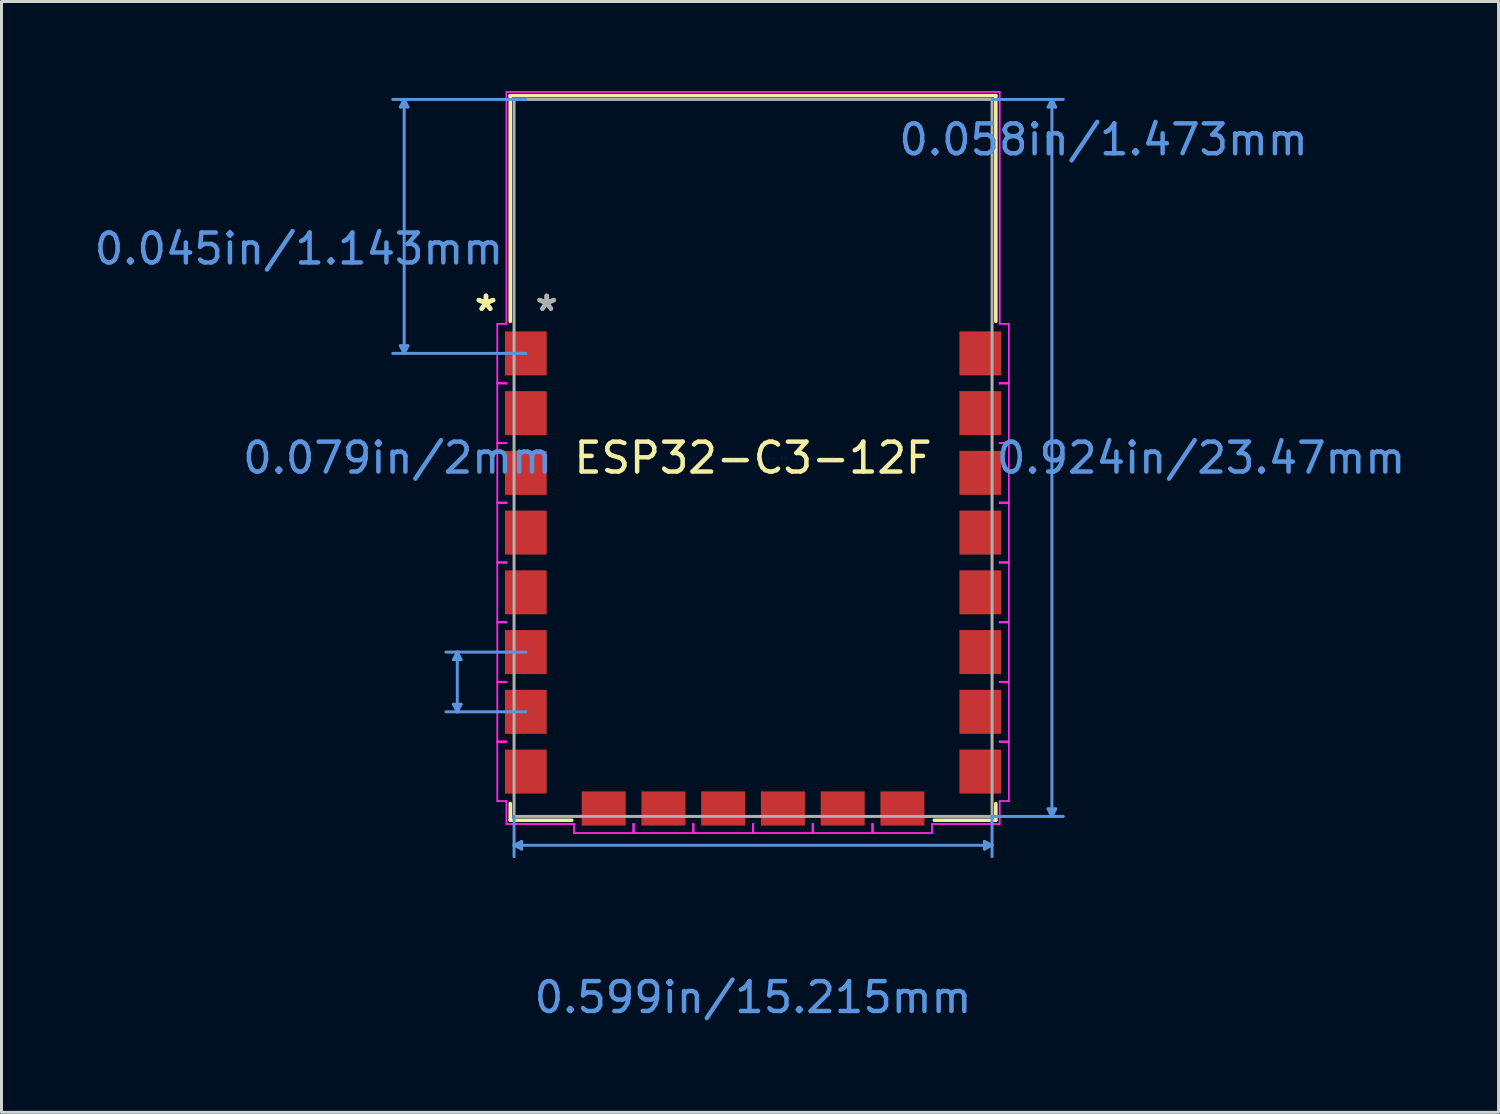
<source format=kicad_pcb>
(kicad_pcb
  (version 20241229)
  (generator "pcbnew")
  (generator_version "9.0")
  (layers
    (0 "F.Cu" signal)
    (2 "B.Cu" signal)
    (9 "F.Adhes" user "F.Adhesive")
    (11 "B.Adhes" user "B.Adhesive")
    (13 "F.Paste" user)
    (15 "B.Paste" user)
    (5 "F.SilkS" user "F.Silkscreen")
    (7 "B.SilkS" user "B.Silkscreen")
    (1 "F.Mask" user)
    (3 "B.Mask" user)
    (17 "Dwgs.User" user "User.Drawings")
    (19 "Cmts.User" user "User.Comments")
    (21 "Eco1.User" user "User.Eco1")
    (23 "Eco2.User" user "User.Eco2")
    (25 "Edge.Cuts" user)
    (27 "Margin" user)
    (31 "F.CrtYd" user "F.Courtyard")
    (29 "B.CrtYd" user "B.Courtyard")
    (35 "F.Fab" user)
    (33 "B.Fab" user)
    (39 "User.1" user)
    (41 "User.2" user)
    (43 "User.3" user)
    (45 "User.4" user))
  (footprint "ESP32-C3-12F"
    (layer "F.Cu")
    (at 22.16 12.28)
    (property "Reference" "ESP32-C3-12F" (at 0 0 0) (layer "F.SilkS") (effects (font (size 1 1) (thickness 0.15))))
    (attr through_hole)
    (fp_line (start -8.128 -12.129) (end -8.128 -4.569) (stroke (width 0.12) (type solid)) (layer "F.SilkS"))
    (fp_line (start -8.128 11.569) (end -8.128 12.129) (stroke (width 0.12) (type solid)) (layer "F.SilkS"))
    (fp_line (start -8.128 12.129) (end -6.069 12.129) (stroke (width 0.12) (type solid)) (layer "F.SilkS"))
    (fp_line (start 6.069 12.129) (end 8.128 12.129) (stroke (width 0.12) (type solid)) (layer "F.SilkS"))
    (fp_line (start 8.128 -12.129) (end -8.128 -12.129) (stroke (width 0.12) (type solid)) (layer "F.SilkS"))
    (fp_line (start 8.128 -4.569) (end 8.128 -12.129) (stroke (width 0.12) (type solid)) (layer "F.SilkS"))
    (fp_line (start 8.128 12.129) (end 8.128 11.569) (stroke (width 0.12) (type solid)) (layer "F.SilkS"))
    (fp_line (start -11.807 -3.754) (end -11.68 -3.5) (stroke (width 0.1) (type solid)) (layer "Cmts.User"))
    (fp_line (start -11.807 -11.748) (end -11.68 -12.002) (stroke (width 0.1) (type solid)) (layer "Cmts.User"))
    (fp_line (start -11.807 -11.748) (end -11.553 -11.748) (stroke (width 0.1) (type solid)) (layer "Cmts.User"))
    (fp_line (start -11.68 -3.5) (end -11.68 -12.002) (stroke (width 0.1) (type solid)) (layer "Cmts.User"))
    (fp_line (start -11.553 -3.754) (end -11.807 -3.754) (stroke (width 0.1) (type solid)) (layer "Cmts.User"))
    (fp_line (start -11.553 -3.754) (end -11.68 -3.5) (stroke (width 0.1) (type solid)) (layer "Cmts.User"))
    (fp_line (start -11.553 -11.748) (end -11.68 -12.002) (stroke (width 0.1) (type solid)) (layer "Cmts.User"))
    (fp_line (start -10.028 8.246) (end -9.901 8.5) (stroke (width 0.1) (type solid)) (layer "Cmts.User"))
    (fp_line (start -10.028 6.754) (end -9.901 6.5) (stroke (width 0.1) (type solid)) (layer "Cmts.User"))
    (fp_line (start -10.028 6.754) (end -9.774 6.754) (stroke (width 0.1) (type solid)) (layer "Cmts.User"))
    (fp_line (start -9.901 6.5) (end -9.901 8.5) (stroke (width 0.1) (type solid)) (layer "Cmts.User"))
    (fp_line (start -9.774 8.246) (end -10.028 8.246) (stroke (width 0.1) (type solid)) (layer "Cmts.User"))
    (fp_line (start -9.774 8.246) (end -9.901 8.5) (stroke (width 0.1) (type solid)) (layer "Cmts.User"))
    (fp_line (start -9.774 6.754) (end -9.901 6.5) (stroke (width 0.1) (type solid)) (layer "Cmts.User"))
    (fp_line (start -8.001 12.967) (end 8.001 12.967) (stroke (width 0.1) (type solid)) (layer "Cmts.User"))
    (fp_line (start -8.001 12.002) (end -8.001 13.348) (stroke (width 0.1) (type solid)) (layer "Cmts.User"))
    (fp_line (start -7.747 12.84) (end -8.001 12.967) (stroke (width 0.1) (type solid)) (layer "Cmts.User"))
    (fp_line (start -7.747 13.094) (end -8.001 12.967) (stroke (width 0.1) (type solid)) (layer "Cmts.User"))
    (fp_line (start -7.747 13.094) (end -7.747 12.84) (stroke (width 0.1) (type solid)) (layer "Cmts.User"))
    (fp_line (start -7.607 -12.002) (end -12.061 -12.002) (stroke (width 0.1) (type solid)) (layer "Cmts.User"))
    (fp_line (start -7.607 -3.5) (end -12.061 -3.5) (stroke (width 0.1) (type solid)) (layer "Cmts.User"))
    (fp_line (start -7.607 6.5) (end -10.282 6.5) (stroke (width 0.1) (type solid)) (layer "Cmts.User"))
    (fp_line (start -7.607 8.5) (end -10.282 8.5) (stroke (width 0.1) (type solid)) (layer "Cmts.User"))
    (fp_line (start 7.747 12.84) (end 7.747 13.094) (stroke (width 0.1) (type solid)) (layer "Cmts.User"))
    (fp_line (start 7.747 12.84) (end 8.001 12.967) (stroke (width 0.1) (type solid)) (layer "Cmts.User"))
    (fp_line (start 7.747 13.094) (end 8.001 12.967) (stroke (width 0.1) (type solid)) (layer "Cmts.User"))
    (fp_line (start 8.001 -12.002) (end 10.386 -12.002) (stroke (width 0.1) (type solid)) (layer "Cmts.User"))
    (fp_line (start 8.001 12.002) (end 8.001 13.348) (stroke (width 0.1) (type solid)) (layer "Cmts.User"))
    (fp_line (start 8.001 12.002) (end 10.386 12.002) (stroke (width 0.1) (type solid)) (layer "Cmts.User"))
    (fp_line (start 9.878 11.748) (end 10.005 12.002) (stroke (width 0.1) (type solid)) (layer "Cmts.User"))
    (fp_line (start 9.878 -11.748) (end 10.005 -12.002) (stroke (width 0.1) (type solid)) (layer "Cmts.User"))
    (fp_line (start 9.878 -11.748) (end 10.132 -11.748) (stroke (width 0.1) (type solid)) (layer "Cmts.User"))
    (fp_line (start 10.005 12.002) (end 10.005 -12.002) (stroke (width 0.1) (type solid)) (layer "Cmts.User"))
    (fp_line (start 10.132 11.748) (end 9.878 11.748) (stroke (width 0.1) (type solid)) (layer "Cmts.User"))
    (fp_line (start 10.132 11.748) (end 10.005 12.002) (stroke (width 0.1) (type solid)) (layer "Cmts.User"))
    (fp_line (start 10.132 -11.748) (end 10.005 -12.002) (stroke (width 0.1) (type solid)) (layer "Cmts.User"))
    (fp_line (start -8.56 -4.491) (end -8.56 -2.509) (stroke (width 0.05) (type solid)) (layer "F.CrtYd"))
    (fp_line (start -8.56 -4.491) (end -8.56 -2.509) (stroke (width 0.05) (type solid)) (layer "F.CrtYd"))
    (fp_line (start -8.56 -2.509) (end -8.255 -2.509) (stroke (width 0.05) (type solid)) (layer "F.CrtYd"))
    (fp_line (start -8.56 -2.509) (end -8.255 -2.509) (stroke (width 0.05) (type solid)) (layer "F.CrtYd"))
    (fp_line (start -8.56 -2.491) (end -8.56 -0.509) (stroke (width 0.05) (type solid)) (layer "F.CrtYd"))
    (fp_line (start -8.56 -2.491) (end -8.56 -0.509) (stroke (width 0.05) (type solid)) (layer "F.CrtYd"))
    (fp_line (start -8.56 -0.509) (end -8.255 -0.509) (stroke (width 0.05) (type solid)) (layer "F.CrtYd"))
    (fp_line (start -8.56 -0.509) (end -8.255 -0.509) (stroke (width 0.05) (type solid)) (layer "F.CrtYd"))
    (fp_line (start -8.56 -0.491) (end -8.56 1.491) (stroke (width 0.05) (type solid)) (layer "F.CrtYd"))
    (fp_line (start -8.56 -0.491) (end -8.56 1.491) (stroke (width 0.05) (type solid)) (layer "F.CrtYd"))
    (fp_line (start -8.56 1.491) (end -8.255 1.491) (stroke (width 0.05) (type solid)) (layer "F.CrtYd"))
    (fp_line (start -8.56 1.491) (end -8.255 1.491) (stroke (width 0.05) (type solid)) (layer "F.CrtYd"))
    (fp_line (start -8.56 1.509) (end -8.56 3.491) (stroke (width 0.05) (type solid)) (layer "F.CrtYd"))
    (fp_line (start -8.56 1.509) (end -8.56 3.491) (stroke (width 0.05) (type solid)) (layer "F.CrtYd"))
    (fp_line (start -8.56 3.491) (end -8.255 3.491) (stroke (width 0.05) (type solid)) (layer "F.CrtYd"))
    (fp_line (start -8.56 3.491) (end -8.255 3.491) (stroke (width 0.05) (type solid)) (layer "F.CrtYd"))
    (fp_line (start -8.56 3.509) (end -8.56 5.491) (stroke (width 0.05) (type solid)) (layer "F.CrtYd"))
    (fp_line (start -8.56 3.509) (end -8.56 5.491) (stroke (width 0.05) (type solid)) (layer "F.CrtYd"))
    (fp_line (start -8.56 5.491) (end -8.255 5.491) (stroke (width 0.05) (type solid)) (layer "F.CrtYd"))
    (fp_line (start -8.56 5.491) (end -8.255 5.491) (stroke (width 0.05) (type solid)) (layer "F.CrtYd"))
    (fp_line (start -8.56 5.509) (end -8.56 7.491) (stroke (width 0.05) (type solid)) (layer "F.CrtYd"))
    (fp_line (start -8.56 5.509) (end -8.56 7.491) (stroke (width 0.05) (type solid)) (layer "F.CrtYd"))
    (fp_line (start -8.56 7.491) (end -8.255 7.491) (stroke (width 0.05) (type solid)) (layer "F.CrtYd"))
    (fp_line (start -8.56 7.491) (end -8.255 7.491) (stroke (width 0.05) (type solid)) (layer "F.CrtYd"))
    (fp_line (start -8.56 7.509) (end -8.56 9.491) (stroke (width 0.05) (type solid)) (layer "F.CrtYd"))
    (fp_line (start -8.56 7.509) (end -8.56 9.491) (stroke (width 0.05) (type solid)) (layer "F.CrtYd"))
    (fp_line (start -8.56 9.491) (end -8.255 9.491) (stroke (width 0.05) (type solid)) (layer "F.CrtYd"))
    (fp_line (start -8.56 9.491) (end -8.255 9.491) (stroke (width 0.05) (type solid)) (layer "F.CrtYd"))
    (fp_line (start -8.56 9.509) (end -8.56 11.491) (stroke (width 0.05) (type solid)) (layer "F.CrtYd"))
    (fp_line (start -8.56 9.509) (end -8.56 11.491) (stroke (width 0.05) (type solid)) (layer "F.CrtYd"))
    (fp_line (start -8.56 11.491) (end -8.255 11.491) (stroke (width 0.05) (type solid)) (layer "F.CrtYd"))
    (fp_line (start -8.56 11.491) (end -8.255 11.491) (stroke (width 0.05) (type solid)) (layer "F.CrtYd"))
    (fp_line (start -8.255 -12.255) (end -8.255 -4.491) (stroke (width 0.05) (type solid)) (layer "F.CrtYd"))
    (fp_line (start -8.255 -12.255) (end -8.255 -4.491) (stroke (width 0.05) (type solid)) (layer "F.CrtYd"))
    (fp_line (start -8.255 -4.491) (end -8.56 -4.491) (stroke (width 0.05) (type solid)) (layer "F.CrtYd"))
    (fp_line (start -8.255 -4.491) (end -8.56 -4.491) (stroke (width 0.05) (type solid)) (layer "F.CrtYd"))
    (fp_line (start -8.255 -2.509) (end -8.255 -2.491) (stroke (width 0.05) (type solid)) (layer "F.CrtYd"))
    (fp_line (start -8.255 -2.509) (end -8.255 -2.491) (stroke (width 0.05) (type solid)) (layer "F.CrtYd"))
    (fp_line (start -8.255 -2.491) (end -8.56 -2.491) (stroke (width 0.05) (type solid)) (layer "F.CrtYd"))
    (fp_line (start -8.255 -2.491) (end -8.56 -2.491) (stroke (width 0.05) (type solid)) (layer "F.CrtYd"))
    (fp_line (start -8.255 -0.509) (end -8.255 -0.491) (stroke (width 0.05) (type solid)) (layer "F.CrtYd"))
    (fp_line (start -8.255 -0.509) (end -8.255 -0.491) (stroke (width 0.05) (type solid)) (layer "F.CrtYd"))
    (fp_line (start -8.255 -0.491) (end -8.56 -0.491) (stroke (width 0.05) (type solid)) (layer "F.CrtYd"))
    (fp_line (start -8.255 -0.491) (end -8.56 -0.491) (stroke (width 0.05) (type solid)) (layer "F.CrtYd"))
    (fp_line (start -8.255 1.491) (end -8.255 1.509) (stroke (width 0.05) (type solid)) (layer "F.CrtYd"))
    (fp_line (start -8.255 1.491) (end -8.255 1.509) (stroke (width 0.05) (type solid)) (layer "F.CrtYd"))
    (fp_line (start -8.255 1.509) (end -8.56 1.509) (stroke (width 0.05) (type solid)) (layer "F.CrtYd"))
    (fp_line (start -8.255 1.509) (end -8.56 1.509) (stroke (width 0.05) (type solid)) (layer "F.CrtYd"))
    (fp_line (start -8.255 3.491) (end -8.255 3.509) (stroke (width 0.05) (type solid)) (layer "F.CrtYd"))
    (fp_line (start -8.255 3.491) (end -8.255 3.509) (stroke (width 0.05) (type solid)) (layer "F.CrtYd"))
    (fp_line (start -8.255 3.509) (end -8.56 3.509) (stroke (width 0.05) (type solid)) (layer "F.CrtYd"))
    (fp_line (start -8.255 3.509) (end -8.56 3.509) (stroke (width 0.05) (type solid)) (layer "F.CrtYd"))
    (fp_line (start -8.255 5.491) (end -8.255 5.509) (stroke (width 0.05) (type solid)) (layer "F.CrtYd"))
    (fp_line (start -8.255 5.491) (end -8.255 5.509) (stroke (width 0.05) (type solid)) (layer "F.CrtYd"))
    (fp_line (start -8.255 5.509) (end -8.56 5.509) (stroke (width 0.05) (type solid)) (layer "F.CrtYd"))
    (fp_line (start -8.255 5.509) (end -8.56 5.509) (stroke (width 0.05) (type solid)) (layer "F.CrtYd"))
    (fp_line (start -8.255 7.491) (end -8.255 7.509) (stroke (width 0.05) (type solid)) (layer "F.CrtYd"))
    (fp_line (start -8.255 7.491) (end -8.255 7.509) (stroke (width 0.05) (type solid)) (layer "F.CrtYd"))
    (fp_line (start -8.255 7.509) (end -8.56 7.509) (stroke (width 0.05) (type solid)) (layer "F.CrtYd"))
    (fp_line (start -8.255 7.509) (end -8.56 7.509) (stroke (width 0.05) (type solid)) (layer "F.CrtYd"))
    (fp_line (start -8.255 9.491) (end -8.255 9.509) (stroke (width 0.05) (type solid)) (layer "F.CrtYd"))
    (fp_line (start -8.255 9.491) (end -8.255 9.509) (stroke (width 0.05) (type solid)) (layer "F.CrtYd"))
    (fp_line (start -8.255 9.509) (end -8.56 9.509) (stroke (width 0.05) (type solid)) (layer "F.CrtYd"))
    (fp_line (start -8.255 9.509) (end -8.56 9.509) (stroke (width 0.05) (type solid)) (layer "F.CrtYd"))
    (fp_line (start -8.255 11.491) (end -8.255 12.255) (stroke (width 0.05) (type solid)) (layer "F.CrtYd"))
    (fp_line (start -8.255 11.491) (end -8.255 12.255) (stroke (width 0.05) (type solid)) (layer "F.CrtYd"))
    (fp_line (start -8.255 12.255) (end -5.991 12.255) (stroke (width 0.05) (type solid)) (layer "F.CrtYd"))
    (fp_line (start -8.255 12.255) (end -5.991 12.255) (stroke (width 0.05) (type solid)) (layer "F.CrtYd"))
    (fp_line (start -5.991 12.255) (end -5.991 12.56) (stroke (width 0.05) (type solid)) (layer "F.CrtYd"))
    (fp_line (start -5.991 12.255) (end -5.991 12.56) (stroke (width 0.05) (type solid)) (layer "F.CrtYd"))
    (fp_line (start -5.991 12.56) (end -4.009 12.56) (stroke (width 0.05) (type solid)) (layer "F.CrtYd"))
    (fp_line (start -5.991 12.56) (end -4.009 12.56) (stroke (width 0.05) (type solid)) (layer "F.CrtYd"))
    (fp_line (start -4.009 12.255) (end -3.991 12.255) (stroke (width 0.05) (type solid)) (layer "F.CrtYd"))
    (fp_line (start -4.009 12.255) (end -3.991 12.255) (stroke (width 0.05) (type solid)) (layer "F.CrtYd"))
    (fp_line (start -4.009 12.56) (end -4.009 12.255) (stroke (width 0.05) (type solid)) (layer "F.CrtYd"))
    (fp_line (start -4.009 12.56) (end -4.009 12.255) (stroke (width 0.05) (type solid)) (layer "F.CrtYd"))
    (fp_line (start -3.991 12.255) (end -3.991 12.56) (stroke (width 0.05) (type solid)) (layer "F.CrtYd"))
    (fp_line (start -3.991 12.255) (end -3.991 12.56) (stroke (width 0.05) (type solid)) (layer "F.CrtYd"))
    (fp_line (start -3.991 12.56) (end -2.009 12.56) (stroke (width 0.05) (type solid)) (layer "F.CrtYd"))
    (fp_line (start -3.991 12.56) (end -2.009 12.56) (stroke (width 0.05) (type solid)) (layer "F.CrtYd"))
    (fp_line (start -2.009 12.255) (end -1.991 12.255) (stroke (width 0.05) (type solid)) (layer "F.CrtYd"))
    (fp_line (start -2.009 12.255) (end -1.991 12.255) (stroke (width 0.05) (type solid)) (layer "F.CrtYd"))
    (fp_line (start -2.009 12.56) (end -2.009 12.255) (stroke (width 0.05) (type solid)) (layer "F.CrtYd"))
    (fp_line (start -2.009 12.56) (end -2.009 12.255) (stroke (width 0.05) (type solid)) (layer "F.CrtYd"))
    (fp_line (start -1.991 12.255) (end -1.991 12.56) (stroke (width 0.05) (type solid)) (layer "F.CrtYd"))
    (fp_line (start -1.991 12.255) (end -1.991 12.56) (stroke (width 0.05) (type solid)) (layer "F.CrtYd"))
    (fp_line (start -1.991 12.56) (end -0.009 12.56) (stroke (width 0.05) (type solid)) (layer "F.CrtYd"))
    (fp_line (start -1.991 12.56) (end -0.009 12.56) (stroke (width 0.05) (type solid)) (layer "F.CrtYd"))
    (fp_line (start -0.009 12.255) (end 0.009 12.255) (stroke (width 0.05) (type solid)) (layer "F.CrtYd"))
    (fp_line (start -0.009 12.255) (end 0.009 12.255) (stroke (width 0.05) (type solid)) (layer "F.CrtYd"))
    (fp_line (start -0.009 12.56) (end -0.009 12.255) (stroke (width 0.05) (type solid)) (layer "F.CrtYd"))
    (fp_line (start -0.009 12.56) (end -0.009 12.255) (stroke (width 0.05) (type solid)) (layer "F.CrtYd"))
    (fp_line (start 0.009 12.255) (end 0.009 12.56) (stroke (width 0.05) (type solid)) (layer "F.CrtYd"))
    (fp_line (start 0.009 12.255) (end 0.009 12.56) (stroke (width 0.05) (type solid)) (layer "F.CrtYd"))
    (fp_line (start 0.009 12.56) (end 1.991 12.56) (stroke (width 0.05) (type solid)) (layer "F.CrtYd"))
    (fp_line (start 0.009 12.56) (end 1.991 12.56) (stroke (width 0.05) (type solid)) (layer "F.CrtYd"))
    (fp_line (start 1.991 12.255) (end 2.009 12.255) (stroke (width 0.05) (type solid)) (layer "F.CrtYd"))
    (fp_line (start 1.991 12.255) (end 2.009 12.255) (stroke (width 0.05) (type solid)) (layer "F.CrtYd"))
    (fp_line (start 1.991 12.56) (end 1.991 12.255) (stroke (width 0.05) (type solid)) (layer "F.CrtYd"))
    (fp_line (start 1.991 12.56) (end 1.991 12.255) (stroke (width 0.05) (type solid)) (layer "F.CrtYd"))
    (fp_line (start 2.009 12.255) (end 2.009 12.56) (stroke (width 0.05) (type solid)) (layer "F.CrtYd"))
    (fp_line (start 2.009 12.255) (end 2.009 12.56) (stroke (width 0.05) (type solid)) (layer "F.CrtYd"))
    (fp_line (start 2.009 12.56) (end 3.991 12.56) (stroke (width 0.05) (type solid)) (layer "F.CrtYd"))
    (fp_line (start 2.009 12.56) (end 3.991 12.56) (stroke (width 0.05) (type solid)) (layer "F.CrtYd"))
    (fp_line (start 3.991 12.255) (end 4.009 12.255) (stroke (width 0.05) (type solid)) (layer "F.CrtYd"))
    (fp_line (start 3.991 12.255) (end 4.009 12.255) (stroke (width 0.05) (type solid)) (layer "F.CrtYd"))
    (fp_line (start 3.991 12.56) (end 3.991 12.255) (stroke (width 0.05) (type solid)) (layer "F.CrtYd"))
    (fp_line (start 3.991 12.56) (end 3.991 12.255) (stroke (width 0.05) (type solid)) (layer "F.CrtYd"))
    (fp_line (start 4.009 12.255) (end 4.009 12.56) (stroke (width 0.05) (type solid)) (layer "F.CrtYd"))
    (fp_line (start 4.009 12.255) (end 4.009 12.56) (stroke (width 0.05) (type solid)) (layer "F.CrtYd"))
    (fp_line (start 4.009 12.56) (end 5.991 12.56) (stroke (width 0.05) (type solid)) (layer "F.CrtYd"))
    (fp_line (start 4.009 12.56) (end 5.991 12.56) (stroke (width 0.05) (type solid)) (layer "F.CrtYd"))
    (fp_line (start 5.991 12.255) (end 8.255 12.255) (stroke (width 0.05) (type solid)) (layer "F.CrtYd"))
    (fp_line (start 5.991 12.255) (end 8.255 12.255) (stroke (width 0.05) (type solid)) (layer "F.CrtYd"))
    (fp_line (start 5.991 12.56) (end 5.991 12.255) (stroke (width 0.05) (type solid)) (layer "F.CrtYd"))
    (fp_line (start 5.991 12.56) (end 5.991 12.255) (stroke (width 0.05) (type solid)) (layer "F.CrtYd"))
    (fp_line (start 8.255 -12.255) (end -8.255 -12.255) (stroke (width 0.05) (type solid)) (layer "F.CrtYd"))
    (fp_line (start 8.255 -12.255) (end -8.255 -12.255) (stroke (width 0.05) (type solid)) (layer "F.CrtYd"))
    (fp_line (start 8.255 -4.491) (end 8.255 -12.255) (stroke (width 0.05) (type solid)) (layer "F.CrtYd"))
    (fp_line (start 8.255 -4.491) (end 8.255 -12.255) (stroke (width 0.05) (type solid)) (layer "F.CrtYd"))
    (fp_line (start 8.255 -2.509) (end 8.56 -2.509) (stroke (width 0.05) (type solid)) (layer "F.CrtYd"))
    (fp_line (start 8.255 -2.509) (end 8.56 -2.509) (stroke (width 0.05) (type solid)) (layer "F.CrtYd"))
    (fp_line (start 8.255 -2.491) (end 8.255 -2.509) (stroke (width 0.05) (type solid)) (layer "F.CrtYd"))
    (fp_line (start 8.255 -2.491) (end 8.255 -2.509) (stroke (width 0.05) (type solid)) (layer "F.CrtYd"))
    (fp_line (start 8.255 -0.509) (end 8.56 -0.509) (stroke (width 0.05) (type solid)) (layer "F.CrtYd"))
    (fp_line (start 8.255 -0.509) (end 8.56 -0.509) (stroke (width 0.05) (type solid)) (layer "F.CrtYd"))
    (fp_line (start 8.255 -0.491) (end 8.255 -0.509) (stroke (width 0.05) (type solid)) (layer "F.CrtYd"))
    (fp_line (start 8.255 -0.491) (end 8.255 -0.509) (stroke (width 0.05) (type solid)) (layer "F.CrtYd"))
    (fp_line (start 8.255 1.491) (end 8.56 1.491) (stroke (width 0.05) (type solid)) (layer "F.CrtYd"))
    (fp_line (start 8.255 1.491) (end 8.56 1.491) (stroke (width 0.05) (type solid)) (layer "F.CrtYd"))
    (fp_line (start 8.255 1.509) (end 8.255 1.491) (stroke (width 0.05) (type solid)) (layer "F.CrtYd"))
    (fp_line (start 8.255 1.509) (end 8.255 1.491) (stroke (width 0.05) (type solid)) (layer "F.CrtYd"))
    (fp_line (start 8.255 3.491) (end 8.56 3.491) (stroke (width 0.05) (type solid)) (layer "F.CrtYd"))
    (fp_line (start 8.255 3.491) (end 8.56 3.491) (stroke (width 0.05) (type solid)) (layer "F.CrtYd"))
    (fp_line (start 8.255 3.509) (end 8.255 3.491) (stroke (width 0.05) (type solid)) (layer "F.CrtYd"))
    (fp_line (start 8.255 3.509) (end 8.255 3.491) (stroke (width 0.05) (type solid)) (layer "F.CrtYd"))
    (fp_line (start 8.255 5.491) (end 8.56 5.491) (stroke (width 0.05) (type solid)) (layer "F.CrtYd"))
    (fp_line (start 8.255 5.491) (end 8.56 5.491) (stroke (width 0.05) (type solid)) (layer "F.CrtYd"))
    (fp_line (start 8.255 5.509) (end 8.255 5.491) (stroke (width 0.05) (type solid)) (layer "F.CrtYd"))
    (fp_line (start 8.255 5.509) (end 8.255 5.491) (stroke (width 0.05) (type solid)) (layer "F.CrtYd"))
    (fp_line (start 8.255 7.491) (end 8.56 7.491) (stroke (width 0.05) (type solid)) (layer "F.CrtYd"))
    (fp_line (start 8.255 7.491) (end 8.56 7.491) (stroke (width 0.05) (type solid)) (layer "F.CrtYd"))
    (fp_line (start 8.255 7.509) (end 8.255 7.491) (stroke (width 0.05) (type solid)) (layer "F.CrtYd"))
    (fp_line (start 8.255 7.509) (end 8.255 7.491) (stroke (width 0.05) (type solid)) (layer "F.CrtYd"))
    (fp_line (start 8.255 9.491) (end 8.56 9.491) (stroke (width 0.05) (type solid)) (layer "F.CrtYd"))
    (fp_line (start 8.255 9.491) (end 8.56 9.491) (stroke (width 0.05) (type solid)) (layer "F.CrtYd"))
    (fp_line (start 8.255 9.509) (end 8.255 9.491) (stroke (width 0.05) (type solid)) (layer "F.CrtYd"))
    (fp_line (start 8.255 9.509) (end 8.255 9.491) (stroke (width 0.05) (type solid)) (layer "F.CrtYd"))
    (fp_line (start 8.255 11.491) (end 8.56 11.491) (stroke (width 0.05) (type solid)) (layer "F.CrtYd"))
    (fp_line (start 8.255 11.491) (end 8.56 11.491) (stroke (width 0.05) (type solid)) (layer "F.CrtYd"))
    (fp_line (start 8.255 12.255) (end 8.255 11.491) (stroke (width 0.05) (type solid)) (layer "F.CrtYd"))
    (fp_line (start 8.255 12.255) (end 8.255 11.491) (stroke (width 0.05) (type solid)) (layer "F.CrtYd"))
    (fp_line (start 8.56 -4.491) (end 8.255 -4.491) (stroke (width 0.05) (type solid)) (layer "F.CrtYd"))
    (fp_line (start 8.56 -4.491) (end 8.255 -4.491) (stroke (width 0.05) (type solid)) (layer "F.CrtYd"))
    (fp_line (start 8.56 -2.509) (end 8.56 -4.491) (stroke (width 0.05) (type solid)) (layer "F.CrtYd"))
    (fp_line (start 8.56 -2.509) (end 8.56 -4.491) (stroke (width 0.05) (type solid)) (layer "F.CrtYd"))
    (fp_line (start 8.56 -2.491) (end 8.255 -2.491) (stroke (width 0.05) (type solid)) (layer "F.CrtYd"))
    (fp_line (start 8.56 -2.491) (end 8.255 -2.491) (stroke (width 0.05) (type solid)) (layer "F.CrtYd"))
    (fp_line (start 8.56 -0.509) (end 8.56 -2.491) (stroke (width 0.05) (type solid)) (layer "F.CrtYd"))
    (fp_line (start 8.56 -0.509) (end 8.56 -2.491) (stroke (width 0.05) (type solid)) (layer "F.CrtYd"))
    (fp_line (start 8.56 -0.491) (end 8.255 -0.491) (stroke (width 0.05) (type solid)) (layer "F.CrtYd"))
    (fp_line (start 8.56 -0.491) (end 8.255 -0.491) (stroke (width 0.05) (type solid)) (layer "F.CrtYd"))
    (fp_line (start 8.56 1.491) (end 8.56 -0.491) (stroke (width 0.05) (type solid)) (layer "F.CrtYd"))
    (fp_line (start 8.56 1.491) (end 8.56 -0.491) (stroke (width 0.05) (type solid)) (layer "F.CrtYd"))
    (fp_line (start 8.56 1.509) (end 8.255 1.509) (stroke (width 0.05) (type solid)) (layer "F.CrtYd"))
    (fp_line (start 8.56 1.509) (end 8.255 1.509) (stroke (width 0.05) (type solid)) (layer "F.CrtYd"))
    (fp_line (start 8.56 3.491) (end 8.56 1.509) (stroke (width 0.05) (type solid)) (layer "F.CrtYd"))
    (fp_line (start 8.56 3.491) (end 8.56 1.509) (stroke (width 0.05) (type solid)) (layer "F.CrtYd"))
    (fp_line (start 8.56 3.509) (end 8.255 3.509) (stroke (width 0.05) (type solid)) (layer "F.CrtYd"))
    (fp_line (start 8.56 3.509) (end 8.255 3.509) (stroke (width 0.05) (type solid)) (layer "F.CrtYd"))
    (fp_line (start 8.56 5.491) (end 8.56 3.509) (stroke (width 0.05) (type solid)) (layer "F.CrtYd"))
    (fp_line (start 8.56 5.491) (end 8.56 3.509) (stroke (width 0.05) (type solid)) (layer "F.CrtYd"))
    (fp_line (start 8.56 5.509) (end 8.255 5.509) (stroke (width 0.05) (type solid)) (layer "F.CrtYd"))
    (fp_line (start 8.56 5.509) (end 8.255 5.509) (stroke (width 0.05) (type solid)) (layer "F.CrtYd"))
    (fp_line (start 8.56 7.491) (end 8.56 5.509) (stroke (width 0.05) (type solid)) (layer "F.CrtYd"))
    (fp_line (start 8.56 7.491) (end 8.56 5.509) (stroke (width 0.05) (type solid)) (layer "F.CrtYd"))
    (fp_line (start 8.56 7.509) (end 8.255 7.509) (stroke (width 0.05) (type solid)) (layer "F.CrtYd"))
    (fp_line (start 8.56 7.509) (end 8.255 7.509) (stroke (width 0.05) (type solid)) (layer "F.CrtYd"))
    (fp_line (start 8.56 9.491) (end 8.56 7.509) (stroke (width 0.05) (type solid)) (layer "F.CrtYd"))
    (fp_line (start 8.56 9.491) (end 8.56 7.509) (stroke (width 0.05) (type solid)) (layer "F.CrtYd"))
    (fp_line (start 8.56 9.509) (end 8.255 9.509) (stroke (width 0.05) (type solid)) (layer "F.CrtYd"))
    (fp_line (start 8.56 9.509) (end 8.255 9.509) (stroke (width 0.05) (type solid)) (layer "F.CrtYd"))
    (fp_line (start 8.56 11.491) (end 8.56 9.509) (stroke (width 0.05) (type solid)) (layer "F.CrtYd"))
    (fp_line (start 8.56 11.491) (end 8.56 9.509) (stroke (width 0.05) (type solid)) (layer "F.CrtYd"))
    (fp_line (start -8.001 -12.002) (end -8.001 12.002) (stroke (width 0.1) (type solid)) (layer "F.Fab"))
    (fp_line (start -8.001 -12.002) (end 8.001 -12.002) (stroke (width 0.1) (type solid)) (layer "F.Fab"))
    (fp_line (start -8.001 12.002) (end 8.001 12.002) (stroke (width 0.1) (type solid)) (layer "F.Fab"))
    (fp_line (start 8.001 12.002) (end 8.001 -12.002) (stroke (width 0.1) (type solid)) (layer "F.Fab"))
    (fp_text user "*" (at -8.941 -4.881 0) (layer "F.SilkS") (effects (font (size 1 1) (thickness 0.15))))
    (fp_text user "*" (at -8.941 -4.881 0) (layer "F.SilkS") (effects (font (size 1 1) (thickness 0.15))))
    (fp_text user "0.058in/1.473mm" (at 11.735 -10.655 0) (layer "Cmts.User") (effects (font (size 1 1) (thickness 0.15))))
    (fp_text user "0.079in/2mm" (at -11.9 0 0) (layer "Cmts.User") (effects (font (size 1 1) (thickness 0.15))))
    (fp_text user "0.599in/15.215mm" (at 0 18.059 0) (layer "Cmts.User") (effects (font (size 1 1) (thickness 0.15))))
    (fp_text user "0.045in/1.143mm" (at -15.202 -7 0) (layer "Cmts.User") (effects (font (size 1 1) (thickness 0.15))))
    (fp_text user "0.924in/23.47mm" (at 14.999 0 0) (layer "Cmts.User") (effects (font (size 1 1) (thickness 0.15))))
    (fp_text user "Copyright 2021 Accelerated Designs. All rights reserved." (at 0 0 0) (layer "Cmts.User") (effects (font (size 0.127 0.127) (thickness 0.002))))
    (fp_text user "*" (at -6.909 -4.881 0) (layer "F.Fab") (effects (font (size 1 1) (thickness 0.15))))
    (fp_text user "*" (at -6.909 -4.881 0) (layer "F.Fab") (effects (font (size 1 1) (thickness 0.15))))
    (pad "1" smd rect (at -7.607 -3.5 90) (size 1.473 1.397) (layers "F.Cu" "F.Mask" "F.Paste"))
    (pad "2" smd rect (at -7.607 -1.5 90) (size 1.473 1.397) (layers "F.Cu" "F.Mask" "F.Paste"))
    (pad "3" smd rect (at -7.607 0.5 90) (size 1.473 1.397) (layers "F.Cu" "F.Mask" "F.Paste"))
    (pad "4" smd rect (at -7.607 2.5 90) (size 1.473 1.397) (layers "F.Cu" "F.Mask" "F.Paste"))
    (pad "5" smd rect (at -7.607 4.5 90) (size 1.473 1.397) (layers "F.Cu" "F.Mask" "F.Paste"))
    (pad "6" smd rect (at -7.607 6.5 90) (size 1.473 1.397) (layers "F.Cu" "F.Mask" "F.Paste"))
    (pad "7" smd rect (at -7.607 8.5 90) (size 1.473 1.397) (layers "F.Cu" "F.Mask" "F.Paste"))
    (pad "8" smd rect (at -7.607 10.5 90) (size 1.473 1.397) (layers "F.Cu" "F.Mask" "F.Paste"))
    (pad "9" smd rect (at -5 11.735) (size 1.473 1.143) (layers "F.Cu" "F.Mask" "F.Paste"))
    (pad "10" smd rect (at -3 11.735) (size 1.473 1.143) (layers "F.Cu" "F.Mask" "F.Paste"))
    (pad "11" smd rect (at -1 11.735) (size 1.473 1.143) (layers "F.Cu" "F.Mask" "F.Paste"))
    (pad "12" smd rect (at 1 11.735) (size 1.473 1.143) (layers "F.Cu" "F.Mask" "F.Paste"))
    (pad "13" smd rect (at 3 11.735) (size 1.473 1.143) (layers "F.Cu" "F.Mask" "F.Paste"))
    (pad "14" smd rect (at 5 11.735) (size 1.473 1.143) (layers "F.Cu" "F.Mask" "F.Paste"))
    (pad "15" smd rect (at 7.607 10.5 90) (size 1.473 1.397) (layers "F.Cu" "F.Mask" "F.Paste"))
    (pad "16" smd rect (at 7.607 8.5 90) (size 1.473 1.397) (layers "F.Cu" "F.Mask" "F.Paste"))
    (pad "17" smd rect (at 7.607 6.5 90) (size 1.473 1.397) (layers "F.Cu" "F.Mask" "F.Paste"))
    (pad "18" smd rect (at 7.607 4.5 90) (size 1.473 1.397) (layers "F.Cu" "F.Mask" "F.Paste"))
    (pad "19" smd rect (at 7.607 2.5 90) (size 1.473 1.397) (layers "F.Cu" "F.Mask" "F.Paste"))
    (pad "20" smd rect (at 7.607 0.5 90) (size 1.473 1.397) (layers "F.Cu" "F.Mask" "F.Paste"))
    (pad "21" smd rect (at 7.607 -1.5 90) (size 1.473 1.397) (layers "F.Cu" "F.Mask" "F.Paste"))
    (pad "22" smd rect (at 7.607 -3.5 90) (size 1.473 1.397) (layers "F.Cu" "F.Mask" "F.Paste")))
  (gr_rect
    (start -3 -3)
    (end 47.117 34.188)
    (stroke (width 0.1) (type default))
    (fill no)
    (layer "Edge.Cuts")))
</source>
